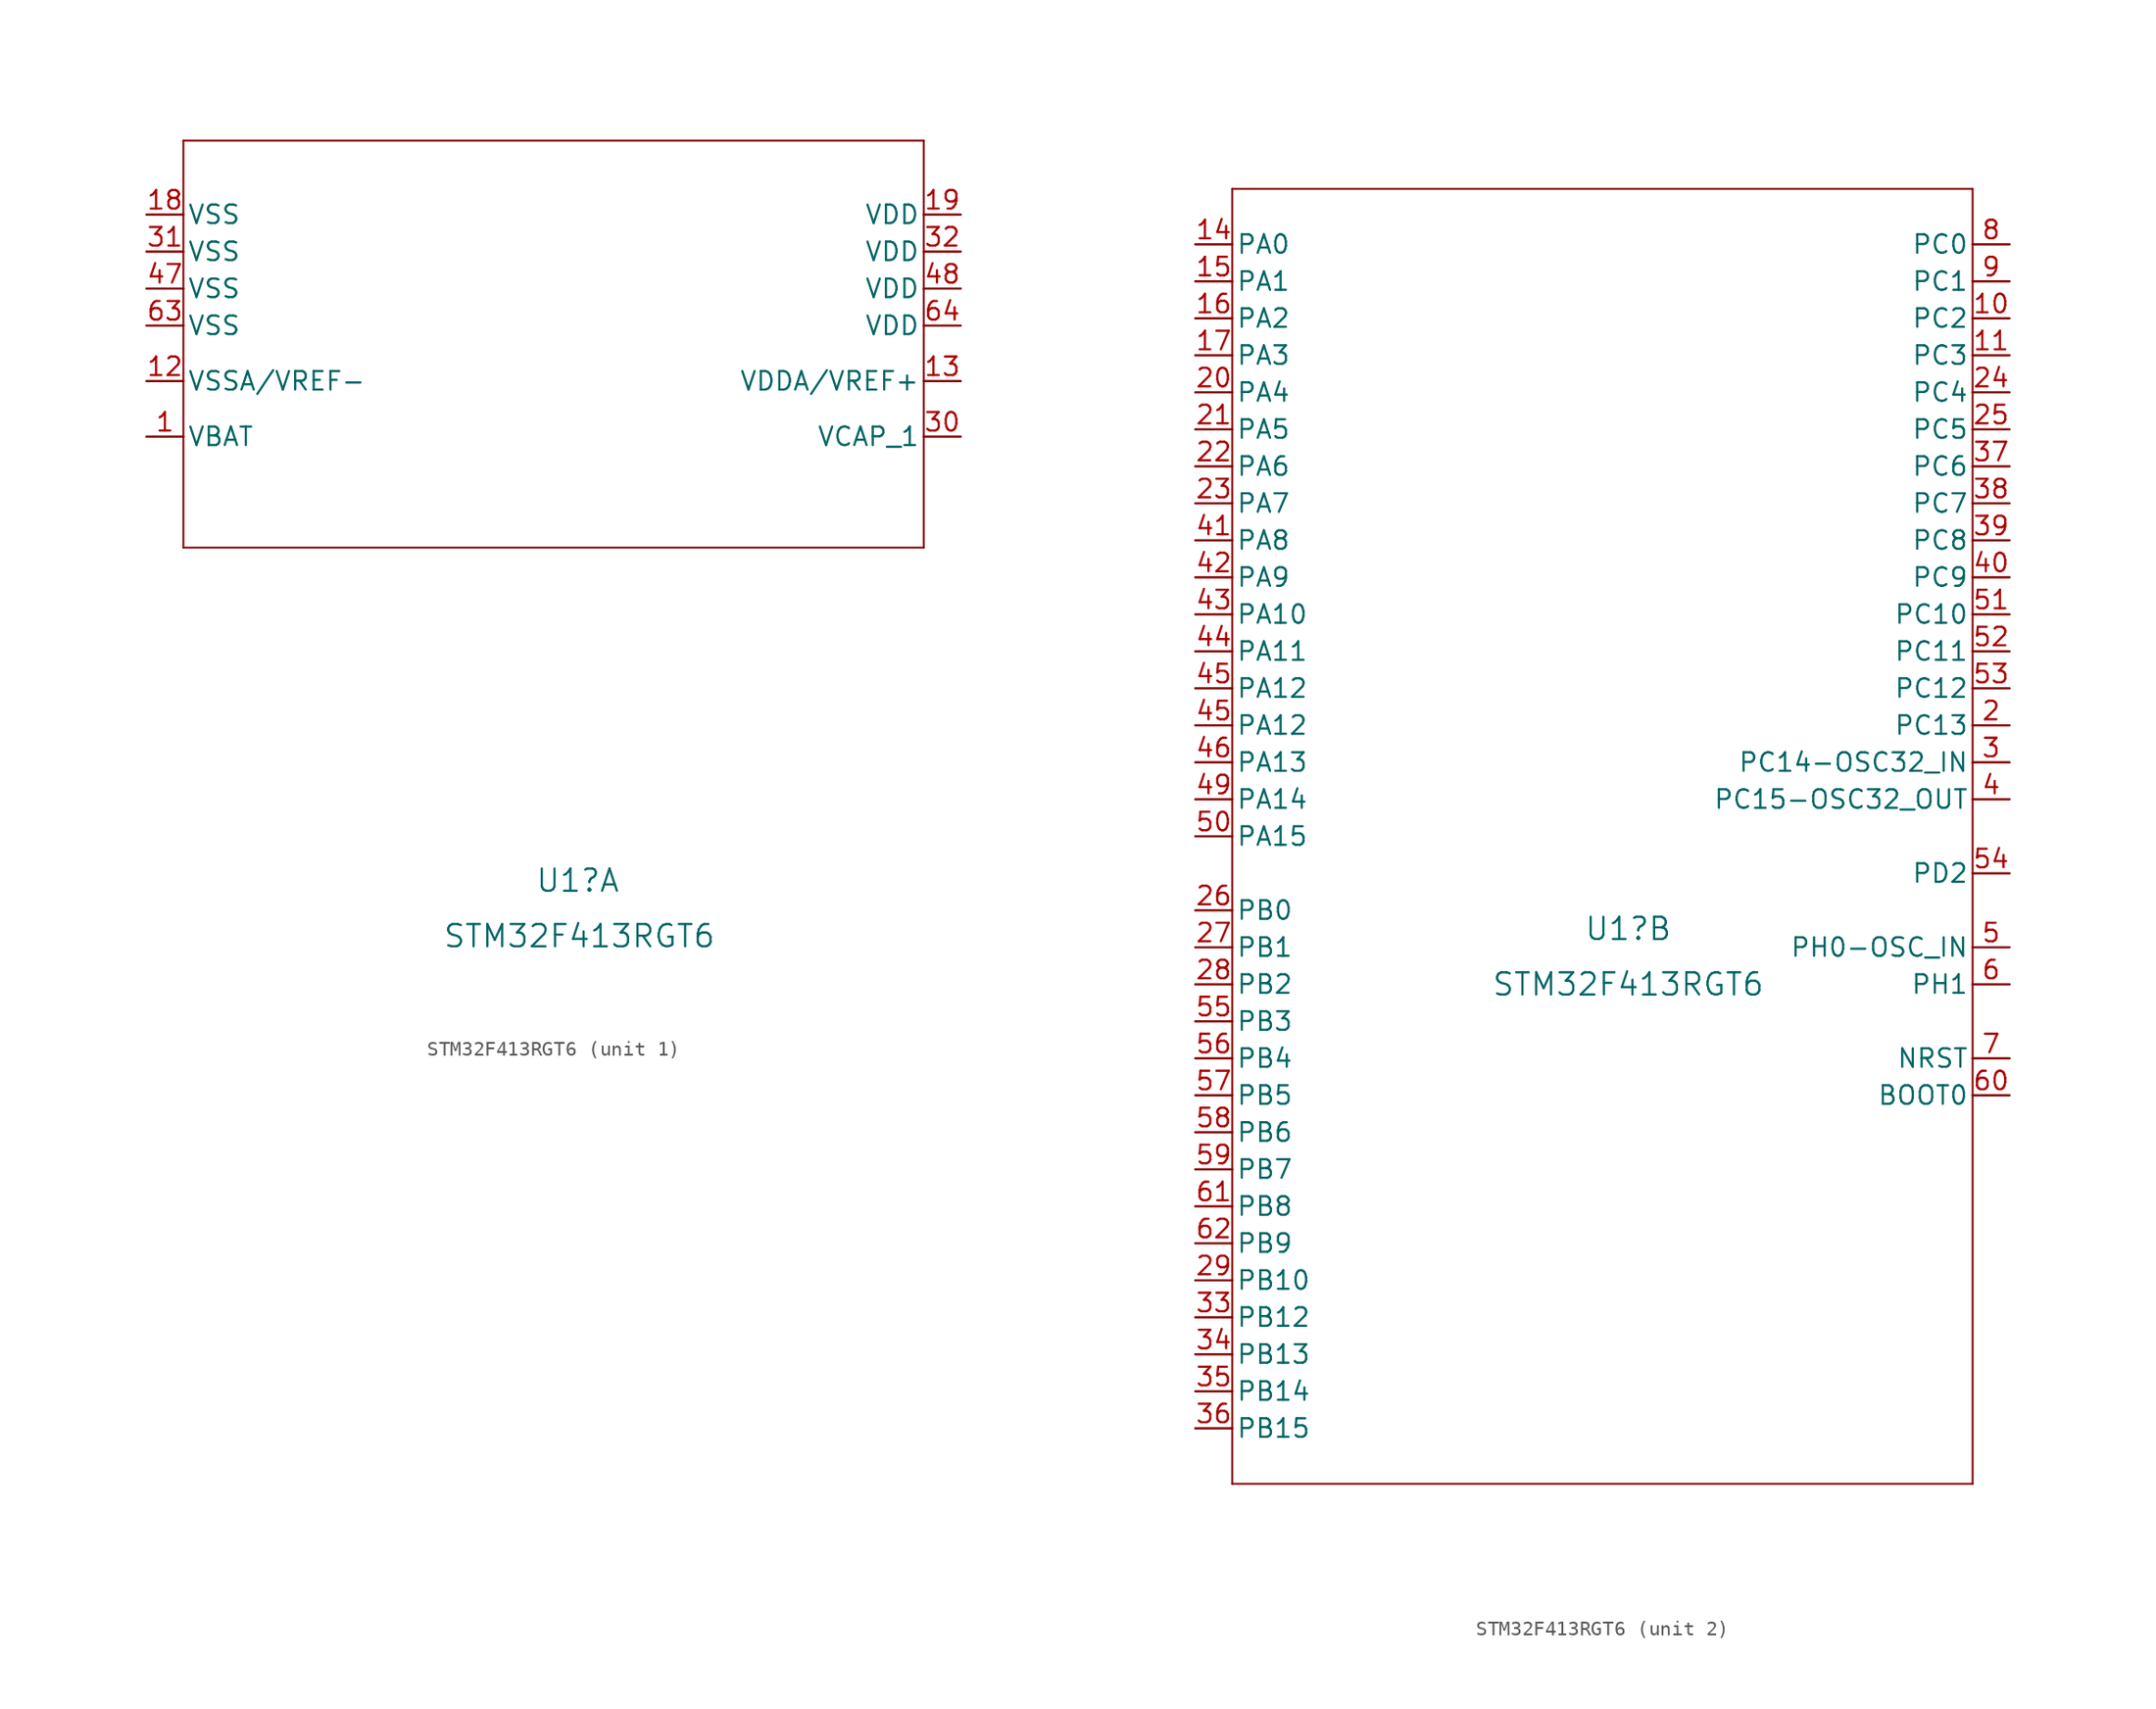
<source format=kicad_sym>
(kicad_symbol_lib
  (version 20211014)
  (generator kicad_symbol_editor)
  (symbol "STM32F413RGT6"
    (pin_names
      (offset 0.254))
    (property "Reference" "U1"
      (at 31.75 -45.72 0)
      (effects (font (size 1.524 1.524)) (justify left)))
    (property "Value" "STM32F413RGT6"
      (at 25.4 -49.53 0)
      (effects (font (size 1.524 1.524)) (justify left)))
    (property "ki_locked" ""
      (at 0 0 0)
      (effects (font (size 1.27 1.27))))
    (symbol "STM32F413RGT6_1_1"
      (polyline (pts (xy 7.62 -22.86) (xy 58.42 -22.86)) (stroke (width 0.127) (type default) (color 0 0 0 0)) (fill (type none)))
      (polyline (pts (xy 7.62 5.08) (xy 7.62 -22.86)) (stroke (width 0.127) (type default) (color 0 0 0 0)) (fill (type none)))
      (polyline (pts (xy 58.42 -22.86) (xy 58.42 5.08)) (stroke (width 0.127) (type default) (color 0 0 0 0)) (fill (type none)))
      (polyline (pts (xy 58.42 5.08) (xy 7.62 5.08)) (stroke (width 0.127) (type default) (color 0 0 0 0)) (fill (type none)))
      (pin power_in line (at 5.08 -15.24 0) (length 2.54) (name "VBAT" (effects (font (size 1.27 1.27)))) (number "1" (effects (font (size 1.27 1.27)))))
      (pin power_in line (at 5.08 -11.43 0) (length 2.54) (name "VSSA/VREF-" (effects (font (size 1.27 1.27)))) (number "12" (effects (font (size 1.27 1.27)))))
      (pin power_in line (at 60.96 -11.43 180) (length 2.54) (name "VDDA/VREF+" (effects (font (size 1.27 1.27)))) (number "13" (effects (font (size 1.27 1.27)))))
      (pin power_in line (at 5.08 0 0) (length 2.54) (name "VSS" (effects (font (size 1.27 1.27)))) (number "18" (effects (font (size 1.27 1.27)))))
      (pin power_in line (at 60.96 0 180) (length 2.54) (name "VDD" (effects (font (size 1.27 1.27)))) (number "19" (effects (font (size 1.27 1.27)))))
      (pin power_in line (at 60.96 -15.24 180) (length 2.54) (name "VCAP_1" (effects (font (size 1.27 1.27)))) (number "30" (effects (font (size 1.27 1.27)))))
      (pin power_in line (at 5.08 -2.54 0) (length 2.54) (name "VSS" (effects (font (size 1.27 1.27)))) (number "31" (effects (font (size 1.27 1.27)))))
      (pin power_in line (at 60.96 -2.54 180) (length 2.54) (name "VDD" (effects (font (size 1.27 1.27)))) (number "32" (effects (font (size 1.27 1.27)))))
      (pin power_in line (at 5.08 -5.08 0) (length 2.54) (name "VSS" (effects (font (size 1.27 1.27)))) (number "47" (effects (font (size 1.27 1.27)))))
      (pin power_in line (at 60.96 -5.08 180) (length 2.54) (name "VDD" (effects (font (size 1.27 1.27)))) (number "48" (effects (font (size 1.27 1.27)))))
      (pin power_in line (at 5.08 -7.62 0) (length 2.54) (name "VSS" (effects (font (size 1.27 1.27)))) (number "63" (effects (font (size 1.27 1.27)))))
      (pin power_in line (at 60.96 -7.62 180) (length 2.54) (name "VDD" (effects (font (size 1.27 1.27)))) (number "64" (effects (font (size 1.27 1.27))))))
    (symbol "STM32F413RGT6_2_1"
      (polyline (pts (xy 7.62 -83.82) (xy 58.42 -83.82)) (stroke (width 0.127) (type default) (color 0 0 0 0)) (fill (type none)))
      (polyline (pts (xy 7.62 5.08) (xy 7.62 -83.82)) (stroke (width 0.127) (type default) (color 0 0 0 0)) (fill (type none)))
      (polyline (pts (xy 58.42 -83.82) (xy 58.42 5.08)) (stroke (width 0.127) (type default) (color 0 0 0 0)) (fill (type none)))
      (polyline (pts (xy 58.42 5.08) (xy 7.62 5.08)) (stroke (width 0.127) (type default) (color 0 0 0 0)) (fill (type none)))
      (pin bidirectional line (at 60.96 -3.81 180) (length 2.54) (name "PC2" (effects (font (size 1.27 1.27)))) (number "10" (effects (font (size 1.27 1.27)))))
      (pin bidirectional line (at 60.96 -6.35 180) (length 2.54) (name "PC3" (effects (font (size 1.27 1.27)))) (number "11" (effects (font (size 1.27 1.27)))))
      (pin bidirectional line (at 5.08 1.27 0) (length 2.54) (name "PA0" (effects (font (size 1.27 1.27)))) (number "14" (effects (font (size 1.27 1.27)))))
      (pin bidirectional line (at 5.08 -1.27 0) (length 2.54) (name "PA1" (effects (font (size 1.27 1.27)))) (number "15" (effects (font (size 1.27 1.27)))))
      (pin bidirectional line (at 5.08 -3.81 0) (length 2.54) (name "PA2" (effects (font (size 1.27 1.27)))) (number "16" (effects (font (size 1.27 1.27)))))
      (pin bidirectional line (at 5.08 -6.35 0) (length 2.54) (name "PA3" (effects (font (size 1.27 1.27)))) (number "17" (effects (font (size 1.27 1.27)))))
      (pin bidirectional line (at 60.96 -31.75 180) (length 2.54) (name "PC13" (effects (font (size 1.27 1.27)))) (number "2" (effects (font (size 1.27 1.27)))))
      (pin bidirectional line (at 5.08 -8.89 0) (length 2.54) (name "PA4" (effects (font (size 1.27 1.27)))) (number "20" (effects (font (size 1.27 1.27)))))
      (pin bidirectional line (at 5.08 -11.43 0) (length 2.54) (name "PA5" (effects (font (size 1.27 1.27)))) (number "21" (effects (font (size 1.27 1.27)))))
      (pin bidirectional line (at 5.08 -13.97 0) (length 2.54) (name "PA6" (effects (font (size 1.27 1.27)))) (number "22" (effects (font (size 1.27 1.27)))))
      (pin bidirectional line (at 5.08 -16.51 0) (length 2.54) (name "PA7" (effects (font (size 1.27 1.27)))) (number "23" (effects (font (size 1.27 1.27)))))
      (pin bidirectional line (at 60.96 -8.89 180) (length 2.54) (name "PC4" (effects (font (size 1.27 1.27)))) (number "24" (effects (font (size 1.27 1.27)))))
      (pin bidirectional line (at 60.96 -11.43 180) (length 2.54) (name "PC5" (effects (font (size 1.27 1.27)))) (number "25" (effects (font (size 1.27 1.27)))))
      (pin bidirectional line (at 5.08 -44.45 0) (length 2.54) (name "PB0" (effects (font (size 1.27 1.27)))) (number "26" (effects (font (size 1.27 1.27)))))
      (pin bidirectional line (at 5.08 -46.99 0) (length 2.54) (name "PB1" (effects (font (size 1.27 1.27)))) (number "27" (effects (font (size 1.27 1.27)))))
      (pin bidirectional line (at 5.08 -49.53 0) (length 2.54) (name "PB2" (effects (font (size 1.27 1.27)))) (number "28" (effects (font (size 1.27 1.27)))))
      (pin bidirectional line (at 5.08 -69.85 0) (length 2.54) (name "PB10" (effects (font (size 1.27 1.27)))) (number "29" (effects (font (size 1.27 1.27)))))
      (pin bidirectional line (at 60.96 -34.29 180) (length 2.54) (name "PC14-OSC32_IN" (effects (font (size 1.27 1.27)))) (number "3" (effects (font (size 1.27 1.27)))))
      (pin bidirectional line (at 5.08 -72.39 0) (length 2.54) (name "PB12" (effects (font (size 1.27 1.27)))) (number "33" (effects (font (size 1.27 1.27)))))
      (pin bidirectional line (at 5.08 -74.93 0) (length 2.54) (name "PB13" (effects (font (size 1.27 1.27)))) (number "34" (effects (font (size 1.27 1.27)))))
      (pin bidirectional line (at 5.08 -77.47 0) (length 2.54) (name "PB14" (effects (font (size 1.27 1.27)))) (number "35" (effects (font (size 1.27 1.27)))))
      (pin bidirectional line (at 5.08 -80.01 0) (length 2.54) (name "PB15" (effects (font (size 1.27 1.27)))) (number "36" (effects (font (size 1.27 1.27)))))
      (pin bidirectional line (at 60.96 -13.97 180) (length 2.54) (name "PC6" (effects (font (size 1.27 1.27)))) (number "37" (effects (font (size 1.27 1.27)))))
      (pin bidirectional line (at 60.96 -16.51 180) (length 2.54) (name "PC7" (effects (font (size 1.27 1.27)))) (number "38" (effects (font (size 1.27 1.27)))))
      (pin bidirectional line (at 60.96 -19.05 180) (length 2.54) (name "PC8" (effects (font (size 1.27 1.27)))) (number "39" (effects (font (size 1.27 1.27)))))
      (pin bidirectional line (at 60.96 -36.83 180) (length 2.54) (name "PC15-OSC32_OUT" (effects (font (size 1.27 1.27)))) (number "4" (effects (font (size 1.27 1.27)))))
      (pin bidirectional line (at 60.96 -21.59 180) (length 2.54) (name "PC9" (effects (font (size 1.27 1.27)))) (number "40" (effects (font (size 1.27 1.27)))))
      (pin bidirectional line (at 5.08 -19.05 0) (length 2.54) (name "PA8" (effects (font (size 1.27 1.27)))) (number "41" (effects (font (size 1.27 1.27)))))
      (pin bidirectional line (at 5.08 -21.59 0) (length 2.54) (name "PA9" (effects (font (size 1.27 1.27)))) (number "42" (effects (font (size 1.27 1.27)))))
      (pin bidirectional line (at 5.08 -24.13 0) (length 2.54) (name "PA10" (effects (font (size 1.27 1.27)))) (number "43" (effects (font (size 1.27 1.27)))))
      (pin bidirectional line (at 5.08 -26.67 0) (length 2.54) (name "PA11" (effects (font (size 1.27 1.27)))) (number "44" (effects (font (size 1.27 1.27)))))
      (pin bidirectional line (at 5.08 -31.75 0) (length 2.54) (name "PA12" (effects (font (size 1.27 1.27)))) (number "45" (effects (font (size 1.27 1.27)))))
      (pin bidirectional line (at 5.08 -29.21 0) (length 2.54) (name "PA12" (effects (font (size 1.27 1.27)))) (number "45" (effects (font (size 1.27 1.27)))))
      (pin bidirectional line (at 5.08 -34.29 0) (length 2.54) (name "PA13" (effects (font (size 1.27 1.27)))) (number "46" (effects (font (size 1.27 1.27)))))
      (pin bidirectional line (at 5.08 -36.83 0) (length 2.54) (name "PA14" (effects (font (size 1.27 1.27)))) (number "49" (effects (font (size 1.27 1.27)))))
      (pin bidirectional line (at 60.96 -46.99 180) (length 2.54) (name "PH0-OSC_IN" (effects (font (size 1.27 1.27)))) (number "5" (effects (font (size 1.27 1.27)))))
      (pin bidirectional line (at 5.08 -39.37 0) (length 2.54) (name "PA15" (effects (font (size 1.27 1.27)))) (number "50" (effects (font (size 1.27 1.27)))))
      (pin bidirectional line (at 60.96 -24.13 180) (length 2.54) (name "PC10" (effects (font (size 1.27 1.27)))) (number "51" (effects (font (size 1.27 1.27)))))
      (pin bidirectional line (at 60.96 -26.67 180) (length 2.54) (name "PC11" (effects (font (size 1.27 1.27)))) (number "52" (effects (font (size 1.27 1.27)))))
      (pin bidirectional line (at 60.96 -29.21 180) (length 2.54) (name "PC12" (effects (font (size 1.27 1.27)))) (number "53" (effects (font (size 1.27 1.27)))))
      (pin bidirectional line (at 60.96 -41.91 180) (length 2.54) (name "PD2" (effects (font (size 1.27 1.27)))) (number "54" (effects (font (size 1.27 1.27)))))
      (pin bidirectional line (at 5.08 -52.07 0) (length 2.54) (name "PB3" (effects (font (size 1.27 1.27)))) (number "55" (effects (font (size 1.27 1.27)))))
      (pin bidirectional line (at 5.08 -54.61 0) (length 2.54) (name "PB4" (effects (font (size 1.27 1.27)))) (number "56" (effects (font (size 1.27 1.27)))))
      (pin bidirectional line (at 5.08 -57.15 0) (length 2.54) (name "PB5" (effects (font (size 1.27 1.27)))) (number "57" (effects (font (size 1.27 1.27)))))
      (pin bidirectional line (at 5.08 -59.69 0) (length 2.54) (name "PB6" (effects (font (size 1.27 1.27)))) (number "58" (effects (font (size 1.27 1.27)))))
      (pin bidirectional line (at 5.08 -62.23 0) (length 2.54) (name "PB7" (effects (font (size 1.27 1.27)))) (number "59" (effects (font (size 1.27 1.27)))))
      (pin bidirectional line (at 60.96 -49.53 180) (length 2.54) (name "PH1" (effects (font (size 1.27 1.27)))) (number "6" (effects (font (size 1.27 1.27)))))
      (pin input line (at 60.96 -57.15 180) (length 2.54) (name "BOOT0" (effects (font (size 1.27 1.27)))) (number "60" (effects (font (size 1.27 1.27)))))
      (pin bidirectional line (at 5.08 -64.77 0) (length 2.54) (name "PB8" (effects (font (size 1.27 1.27)))) (number "61" (effects (font (size 1.27 1.27)))))
      (pin bidirectional line (at 5.08 -67.31 0) (length 2.54) (name "PB9" (effects (font (size 1.27 1.27)))) (number "62" (effects (font (size 1.27 1.27)))))
      (pin bidirectional line (at 60.96 -54.61 180) (length 2.54) (name "NRST" (effects (font (size 1.27 1.27)))) (number "7" (effects (font (size 1.27 1.27)))))
      (pin bidirectional line (at 60.96 1.27 180) (length 2.54) (name "PC0" (effects (font (size 1.27 1.27)))) (number "8" (effects (font (size 1.27 1.27)))))
      (pin bidirectional line (at 60.96 -1.27 180) (length 2.54) (name "PC1" (effects (font (size 1.27 1.27)))) (number "9" (effects (font (size 1.27 1.27))))))))
</source>
